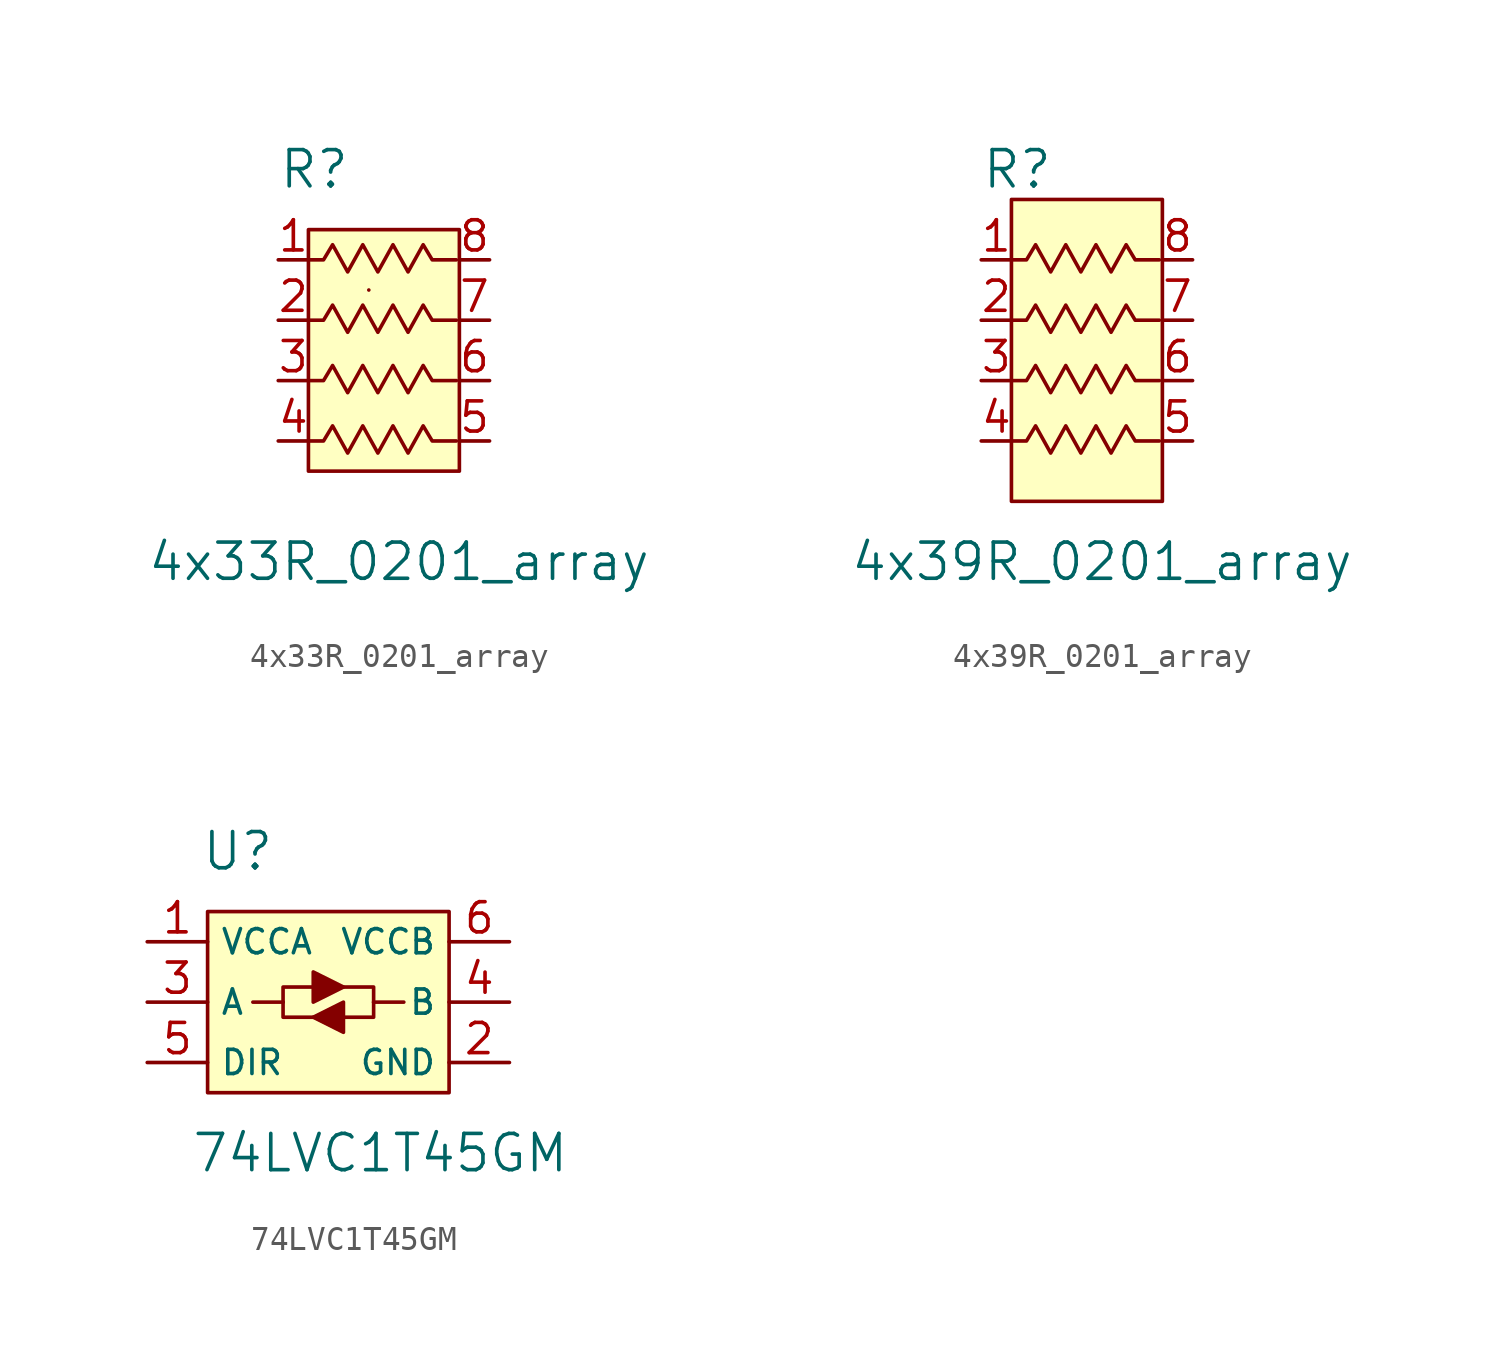
<source format=kicad_sym>
(kicad_symbol_lib
  (version 20211014)
  (generator kicad_symbol_editor)
  (symbol "4x33R_0201_array"
    (pin_names
      (offset 1.016))
    (property "Reference" "R"
      (at -5.08 13.97 0)
      (effects (font (size 1.524 1.524)) (justify left)))
    (property "Value" "4x33R_0201_array"
      (at 0 -2.54 0)
      (effects (font (size 1.524 1.524))))
    (symbol "4x33R_0201_array_0_1"
      (rectangle (start -3.81 11.43) (end 2.54 1.27) (stroke (width 0) (type default) (color 0 0 0 0)) (fill (type background)))
      (rectangle (start -1.27 8.89) (end -1.27 8.89) (stroke (width 0) (type default) (color 0 0 0 0)) (fill (type none)))
      (polyline (pts (xy -3.81 7.62) (xy -3.175 7.62) (xy -2.794 8.255) (xy -2.159 7.112) (xy -1.524 8.255) (xy -0.889 7.112) (xy -0.254 8.255) (xy 0.381 7.112) (xy 1.016 8.255) (xy 1.397 7.62) (xy 2.413 7.62)) (stroke (width 0) (type default) (color 0 0 0 0)) (fill (type none))))
    (symbol "4x33R_0201_array_1_1"
      (polyline (pts (xy -3.81 2.54) (xy -3.175 2.54) (xy -2.794 3.175) (xy -2.159 2.032) (xy -1.524 3.175) (xy -0.889 2.032) (xy -0.254 3.175) (xy 0.381 2.032) (xy 1.016 3.175) (xy 1.397 2.54) (xy 2.413 2.54)) (stroke (width 0) (type default) (color 0 0 0 0)) (fill (type none)))
      (polyline (pts (xy -3.81 5.08) (xy -3.175 5.08) (xy -2.794 5.715) (xy -2.159 4.572) (xy -1.524 5.715) (xy -0.889 4.572) (xy -0.254 5.715) (xy 0.381 4.572) (xy 1.016 5.715) (xy 1.397 5.08) (xy 2.413 5.08)) (stroke (width 0) (type default) (color 0 0 0 0)) (fill (type none)))
      (polyline (pts (xy -3.81 10.16) (xy -3.175 10.16) (xy -2.794 10.795) (xy -2.159 9.652) (xy -1.524 10.795) (xy -0.889 9.652) (xy -0.254 10.795) (xy 0.381 9.652) (xy 1.016 10.795) (xy 1.397 10.16) (xy 2.413 10.16)) (stroke (width 0) (type default) (color 0 0 0 0)) (fill (type none)))
      (pin passive line (at -5.08 10.16 0) (length 1.27) (name "~" (effects (font (size 1.27 1.27)))) (number "1" (effects (font (size 1.27 1.27)))))
      (pin passive line (at -5.08 7.62 0) (length 1.27) (name "~" (effects (font (size 1.27 1.27)))) (number "2" (effects (font (size 1.27 1.27)))))
      (pin passive line (at -5.08 5.08 0) (length 1.27) (name "~" (effects (font (size 1.27 1.27)))) (number "3" (effects (font (size 1.27 1.27)))))
      (pin passive line (at -5.08 2.54 0) (length 1.27) (name "~" (effects (font (size 1.27 1.27)))) (number "4" (effects (font (size 1.27 1.27)))))
      (pin passive line (at 3.81 2.54 180) (length 1.27) (name "~" (effects (font (size 1.27 1.27)))) (number "5" (effects (font (size 1.27 1.27)))))
      (pin passive line (at 3.81 5.08 180) (length 1.27) (name "~" (effects (font (size 1.27 1.27)))) (number "6" (effects (font (size 1.27 1.27)))))
      (pin passive line (at 3.81 7.62 180) (length 1.27) (name "~" (effects (font (size 1.27 1.27)))) (number "7" (effects (font (size 1.27 1.27)))))
      (pin passive line (at 3.81 10.16 180) (length 1.27) (name "~" (effects (font (size 1.27 1.27)))) (number "8" (effects (font (size 1.27 1.27)))))))
  (symbol "4x39R_0201_array"
    (pin_names
      (offset 1.016))
    (property "Reference" "R"
      (at -5.08 13.97 0)
      (effects (font (size 1.524 1.524)) (justify left)))
    (property "Value" "4x39R_0201_array"
      (at 0 -2.54 0)
      (effects (font (size 1.524 1.524))))
    (symbol "4x39R_0201_array_0_1"
      (polyline (pts (xy 2.54 12.7) (xy 2.54 0) (xy -3.81 0) (xy -3.81 12.7) (xy 2.54 12.7)) (stroke (width 0) (type default) (color 0 0 0 0)) (fill (type background)))
      (polyline (pts (xy -3.81 7.62) (xy -3.175 7.62) (xy -2.794 8.255) (xy -2.159 7.112) (xy -1.524 8.255) (xy -0.889 7.112) (xy -0.254 8.255) (xy 0.381 7.112) (xy 1.016 8.255) (xy 1.397 7.62) (xy 2.413 7.62)) (stroke (width 0) (type default) (color 0 0 0 0)) (fill (type none))))
    (symbol "4x39R_0201_array_1_1"
      (polyline (pts (xy -3.81 2.54) (xy -3.175 2.54) (xy -2.794 3.175) (xy -2.159 2.032) (xy -1.524 3.175) (xy -0.889 2.032) (xy -0.254 3.175) (xy 0.381 2.032) (xy 1.016 3.175) (xy 1.397 2.54) (xy 2.413 2.54)) (stroke (width 0) (type default) (color 0 0 0 0)) (fill (type none)))
      (polyline (pts (xy -3.81 5.08) (xy -3.175 5.08) (xy -2.794 5.715) (xy -2.159 4.572) (xy -1.524 5.715) (xy -0.889 4.572) (xy -0.254 5.715) (xy 0.381 4.572) (xy 1.016 5.715) (xy 1.397 5.08) (xy 2.413 5.08)) (stroke (width 0) (type default) (color 0 0 0 0)) (fill (type none)))
      (polyline (pts (xy -3.81 10.16) (xy -3.175 10.16) (xy -2.794 10.795) (xy -2.159 9.652) (xy -1.524 10.795) (xy -0.889 9.652) (xy -0.254 10.795) (xy 0.381 9.652) (xy 1.016 10.795) (xy 1.397 10.16) (xy 2.413 10.16)) (stroke (width 0) (type default) (color 0 0 0 0)) (fill (type none)))
      (pin passive line (at -5.08 10.16 0) (length 1.27) (name "~" (effects (font (size 1.27 1.27)))) (number "1" (effects (font (size 1.27 1.27)))))
      (pin passive line (at -5.08 7.62 0) (length 1.27) (name "~" (effects (font (size 1.27 1.27)))) (number "2" (effects (font (size 1.27 1.27)))))
      (pin passive line (at -5.08 5.08 0) (length 1.27) (name "~" (effects (font (size 1.27 1.27)))) (number "3" (effects (font (size 1.27 1.27)))))
      (pin passive line (at -5.08 2.54 0) (length 1.27) (name "~" (effects (font (size 1.27 1.27)))) (number "4" (effects (font (size 1.27 1.27)))))
      (pin passive line (at 3.81 2.54 180) (length 1.27) (name "~" (effects (font (size 1.27 1.27)))) (number "5" (effects (font (size 1.27 1.27)))))
      (pin passive line (at 3.81 5.08 180) (length 1.27) (name "~" (effects (font (size 1.27 1.27)))) (number "6" (effects (font (size 1.27 1.27)))))
      (pin passive line (at 3.81 7.62 180) (length 1.27) (name "~" (effects (font (size 1.27 1.27)))) (number "7" (effects (font (size 1.27 1.27)))))
      (pin passive line (at 3.81 10.16 180) (length 1.27) (name "~" (effects (font (size 1.27 1.27)))) (number "8" (effects (font (size 1.27 1.27)))))))
  (symbol "74LVC1T45GM"
    (property "Reference" "U"
      (at -3.81 6.35 0)
      (effects (font (size 1.524 1.524))))
    (property "Value" "74LVC1T45GM"
      (at 10.16 -6.35 0)
      (effects (font (size 1.524 1.524)) (justify right)))
    (symbol "74LVC1T45GM_0_1"
      (rectangle (start -5.08 3.81) (end 5.08 -3.81) (stroke (width 0) (type default) (color 0 0 0 0)) (fill (type background)))
      (polyline (pts (xy -3.175 0) (xy -1.905 0)) (stroke (width 0) (type default) (color 0 0 0 0)) (fill (type none)))
      (polyline (pts (xy 3.175 0) (xy 1.905 0)) (stroke (width 0) (type default) (color 0 0 0 0)) (fill (type none)))
      (polyline (pts (xy -1.905 0) (xy -1.905 -0.635) (xy -0.508 -0.635)) (stroke (width 0) (type default) (color 0 0 0 0)) (fill (type none)))
      (polyline (pts (xy -1.905 0) (xy -1.905 0.635) (xy -0.635 0.635)) (stroke (width 0) (type default) (color 0 0 0 0)) (fill (type none)))
      (polyline (pts (xy 1.905 0) (xy 1.905 -0.635) (xy 0.635 -0.635)) (stroke (width 0) (type default) (color 0 0 0 0)) (fill (type none)))
      (polyline (pts (xy 1.905 0) (xy 1.905 0.635) (xy 0.635 0.635)) (stroke (width 0) (type default) (color 0 0 0 0)) (fill (type none)))
      (polyline (pts (xy -0.635 1.27) (xy -0.635 0) (xy 0.635 0.635) (xy -0.635 1.27)) (stroke (width 0) (type default) (color 0 0 0 0)) (fill (type outline)))
      (polyline (pts (xy 0.635 0) (xy 0.635 -1.27) (xy -0.635 -0.635) (xy 0.635 0)) (stroke (width 0) (type default) (color 0 0 0 0)) (fill (type outline))))
    (symbol "74LVC1T45GM_1_1"
      (pin power_in line (at -7.62 2.54 0) (length 2.54) (name "VCCA" (effects (font (size 1.016 1.016)))) (number "1" (effects (font (size 1.27 1.27)))))
      (pin power_in line (at 7.62 -2.54 180) (length 2.54) (name "GND" (effects (font (size 1.016 1.016)))) (number "2" (effects (font (size 1.27 1.27)))))
      (pin bidirectional line (at -7.62 0 0) (length 2.54) (name "A" (effects (font (size 1.016 1.016)))) (number "3" (effects (font (size 1.27 1.27)))))
      (pin bidirectional line (at 7.62 0 180) (length 2.54) (name "B" (effects (font (size 1.016 1.016)))) (number "4" (effects (font (size 1.27 1.27)))))
      (pin input line (at -7.62 -2.54 0) (length 2.54) (name "DIR" (effects (font (size 1.016 1.016)))) (number "5" (effects (font (size 1.27 1.27)))))
      (pin power_in line (at 7.62 2.54 180) (length 2.54) (name "VCCB" (effects (font (size 1.016 1.016)))) (number "6" (effects (font (size 1.27 1.27))))))))
</source>
